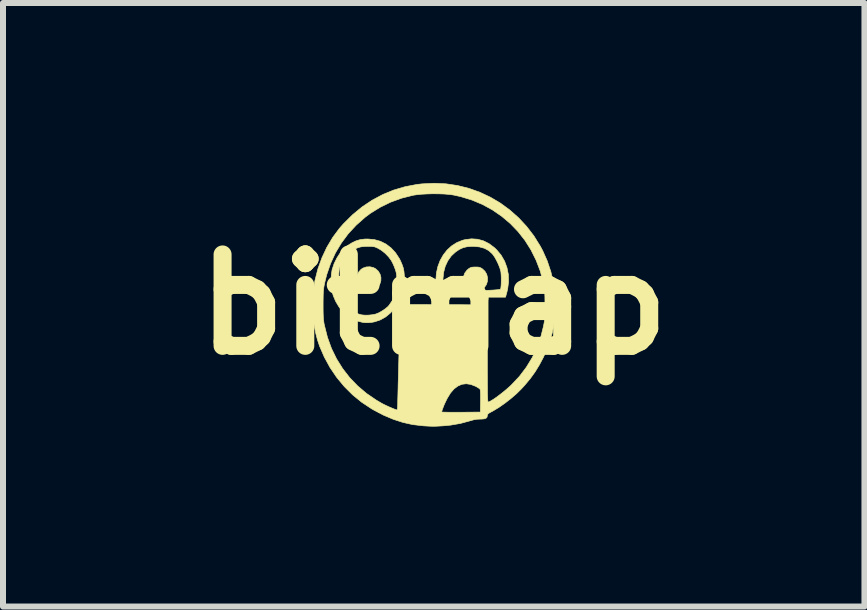
<source format=kicad_pcb>
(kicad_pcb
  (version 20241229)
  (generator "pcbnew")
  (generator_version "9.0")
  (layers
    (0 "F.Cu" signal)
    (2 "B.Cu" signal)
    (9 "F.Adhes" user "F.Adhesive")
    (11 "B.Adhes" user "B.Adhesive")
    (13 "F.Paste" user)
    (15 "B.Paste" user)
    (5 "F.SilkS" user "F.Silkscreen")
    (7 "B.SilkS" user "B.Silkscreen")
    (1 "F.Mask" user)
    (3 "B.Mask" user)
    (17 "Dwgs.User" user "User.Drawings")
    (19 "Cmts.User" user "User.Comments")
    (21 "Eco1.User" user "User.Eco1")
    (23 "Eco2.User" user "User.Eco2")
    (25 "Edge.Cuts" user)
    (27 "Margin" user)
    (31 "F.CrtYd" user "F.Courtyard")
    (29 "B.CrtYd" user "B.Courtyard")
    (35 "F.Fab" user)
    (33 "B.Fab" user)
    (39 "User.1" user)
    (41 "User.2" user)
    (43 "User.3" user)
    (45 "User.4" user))
  (footprint "bitmap"
    (layer "F.Cu")
    (at 4.18 2.026)
    (property "Reference" "bitmap" (at 0 0 0) (layer "F.SilkS") (effects (font (size 1.524 1.524) (thickness 0.3))))
    (attr through_hole)
    (fp_poly (pts (xy -1.006 -0.616) (xy -0.968 -0.596) (xy -0.923 -0.554) (xy -0.894 -0.505) (xy -0.88 -0.452) (xy -0.881 -0.398) (xy -0.896 -0.346) (xy -0.923 -0.3) (xy -0.962 -0.262) (xy -1.011 -0.235) (xy -1.07 -0.224) (xy -1.082 -0.224) (xy -1.145 -0.233) (xy -1.18 -0.247) (xy -1.228 -0.283) (xy -1.261 -0.329) (xy -1.28 -0.382) (xy -1.284 -0.438) (xy -1.274 -0.493) (xy -1.249 -0.544) (xy -1.21 -0.587) (xy -1.179 -0.607) (xy -1.124 -0.626) (xy -1.064 -0.629) (xy -1.006 -0.616)) (stroke (width 0.01) (type solid)) (fill yes) (layer "F.SilkS"))
    (fp_poly (pts (xy 0.732 -1.088) (xy 0.83 -1.061) (xy 0.923 -1.014) (xy 1.011 -0.948) (xy 1.048 -0.913) (xy 1.123 -0.823) (xy 1.181 -0.723) (xy 1.221 -0.615) (xy 1.244 -0.501) (xy 1.248 -0.382) (xy 1.233 -0.261) (xy 1.22 -0.206) (xy 1.197 -0.122) (xy 0.084 -0.122) (xy 0.067 -0.181) (xy 0.043 -0.298) (xy 0.036 -0.414) (xy 0.037 -0.425) (xy 0.154 -0.425) (xy 0.155 -0.356) (xy 0.158 -0.316) (xy 0.16 -0.286) (xy 0.165 -0.265) (xy 0.175 -0.25) (xy 0.193 -0.241) (xy 0.221 -0.236) (xy 0.261 -0.234) (xy 0.317 -0.233) (xy 0.39 -0.234) (xy 0.613 -0.234) (xy 0.572 -0.263) (xy 0.53 -0.305) (xy 0.504 -0.356) (xy 0.493 -0.412) (xy 0.498 -0.469) (xy 0.517 -0.523) (xy 0.553 -0.571) (xy 0.583 -0.597) (xy 0.608 -0.612) (xy 0.632 -0.621) (xy 0.664 -0.624) (xy 0.695 -0.625) (xy 0.737 -0.624) (xy 0.766 -0.619) (xy 0.79 -0.608) (xy 0.808 -0.597) (xy 0.853 -0.555) (xy 0.883 -0.505) (xy 0.897 -0.449) (xy 0.896 -0.391) (xy 0.88 -0.336) (xy 0.848 -0.288) (xy 0.815 -0.258) (xy 0.777 -0.232) (xy 0.94 -0.238) (xy 0.996 -0.241) (xy 1.044 -0.245) (xy 1.083 -0.249) (xy 1.106 -0.253) (xy 1.112 -0.255) (xy 1.118 -0.27) (xy 1.122 -0.301) (xy 1.125 -0.344) (xy 1.126 -0.392) (xy 1.126 -0.443) (xy 1.124 -0.491) (xy 1.121 -0.532) (xy 1.118 -0.552) (xy 1.103 -0.606) (xy 1.079 -0.668) (xy 1.048 -0.732) (xy 1.015 -0.792) (xy 0.981 -0.839) (xy 0.975 -0.846) (xy 0.916 -0.899) (xy 0.846 -0.937) (xy 0.762 -0.96) (xy 0.665 -0.969) (xy 0.64 -0.969) (xy 0.56 -0.964) (xy 0.492 -0.948) (xy 0.428 -0.919) (xy 0.363 -0.875) (xy 0.292 -0.809) (xy 0.235 -0.729) (xy 0.192 -0.637) (xy 0.165 -0.535) (xy 0.154 -0.425) (xy 0.037 -0.425) (xy 0.045 -0.526) (xy 0.069 -0.633) (xy 0.107 -0.734) (xy 0.159 -0.826) (xy 0.222 -0.907) (xy 0.297 -0.976) (xy 0.383 -1.031) (xy 0.478 -1.07) (xy 0.525 -1.082) (xy 0.631 -1.095) (xy 0.732 -1.088)) (stroke (width 0.01) (type solid)) (fill yes) (layer "F.SilkS"))
    (fp_poly (pts (xy -0.99 -1.082) (xy -0.889 -1.054) (xy -0.795 -1.007) (xy -0.711 -0.943) (xy -0.637 -0.863) (xy -0.574 -0.767) (xy -0.558 -0.737) (xy -0.529 -0.671) (xy -0.508 -0.611) (xy -0.496 -0.551) (xy -0.49 -0.483) (xy -0.488 -0.412) (xy -0.492 -0.326) (xy -0.503 -0.25) (xy -0.522 -0.179) (xy -0.552 -0.105) (xy -0.584 -0.041) (xy -0.645 0.055) (xy -0.718 0.138) (xy -0.8 0.206) (xy -0.891 0.257) (xy -0.987 0.289) (xy -1.041 0.299) (xy -1.099 0.303) (xy -1.153 0.302) (xy -1.184 0.298) (xy -1.268 0.277) (xy -1.34 0.248) (xy -1.407 0.21) (xy -1.454 0.177) (xy -1.521 0.114) (xy -1.582 0.036) (xy -1.635 -0.053) (xy -1.675 -0.148) (xy -1.693 -0.21) (xy -1.704 -0.273) (xy -1.71 -0.348) (xy -1.71 -0.4) (xy -1.585 -0.4) (xy -1.584 -0.337) (xy -1.582 -0.28) (xy -1.578 -0.234) (xy -1.574 -0.214) (xy -1.548 -0.136) (xy -1.507 -0.061) (xy -1.454 0.009) (xy -1.393 0.071) (xy -1.326 0.121) (xy -1.257 0.157) (xy -1.201 0.173) (xy -1.147 0.178) (xy -1.083 0.177) (xy -1.02 0.17) (xy -0.966 0.159) (xy -0.959 0.156) (xy -0.91 0.136) (xy -0.858 0.106) (xy -0.808 0.072) (xy -0.766 0.037) (xy -0.745 0.014) (xy -0.69 -0.067) (xy -0.651 -0.15) (xy -0.627 -0.24) (xy -0.616 -0.341) (xy -0.615 -0.391) (xy -0.616 -0.448) (xy -0.619 -0.49) (xy -0.624 -0.526) (xy -0.633 -0.561) (xy -0.644 -0.594) (xy -0.662 -0.641) (xy -0.684 -0.69) (xy -0.705 -0.729) (xy -0.706 -0.732) (xy -0.752 -0.794) (xy -0.81 -0.854) (xy -0.875 -0.905) (xy -0.925 -0.935) (xy -0.956 -0.95) (xy -0.982 -0.96) (xy -1.009 -0.965) (xy -1.042 -0.968) (xy -1.089 -0.969) (xy -1.097 -0.969) (xy -1.164 -0.967) (xy -1.219 -0.96) (xy -1.268 -0.945) (xy -1.319 -0.922) (xy -1.362 -0.897) (xy -1.434 -0.843) (xy -1.494 -0.773) (xy -1.541 -0.69) (xy -1.57 -0.608) (xy -1.576 -0.574) (xy -1.581 -0.524) (xy -1.583 -0.464) (xy -1.585 -0.4) (xy -1.71 -0.4) (xy -1.711 -0.427) (xy -1.706 -0.503) (xy -1.696 -0.569) (xy -1.693 -0.584) (xy -1.66 -0.683) (xy -1.614 -0.776) (xy -1.558 -0.862) (xy -1.494 -0.934) (xy -1.435 -0.983) (xy -1.362 -1.029) (xy -1.295 -1.061) (xy -1.227 -1.081) (xy -1.152 -1.091) (xy -1.097 -1.092) (xy -0.99 -1.082)) (stroke (width 0.01) (type solid)) (fill yes) (layer "F.SilkS"))
    (fp_poly (pts (xy 0.204 -2.012) (xy 0.398 -1.983) (xy 0.587 -1.936) (xy 0.769 -1.871) (xy 0.944 -1.789) (xy 1.11 -1.691) (xy 1.267 -1.576) (xy 1.414 -1.446) (xy 1.548 -1.302) (xy 1.67 -1.143) (xy 1.777 -0.971) (xy 1.817 -0.896) (xy 1.893 -0.725) (xy 1.953 -0.545) (xy 1.996 -0.358) (xy 2.022 -0.167) (xy 2.029 0.023) (xy 2.023 0.151) (xy 2.005 0.316) (xy 1.977 0.469) (xy 1.938 0.613) (xy 1.886 0.753) (xy 1.829 0.879) (xy 1.761 1.007) (xy 1.69 1.123) (xy 1.611 1.233) (xy 1.52 1.342) (xy 1.459 1.409) (xy 1.379 1.488) (xy 1.286 1.568) (xy 1.187 1.645) (xy 1.087 1.715) (xy 0.991 1.773) (xy 0.961 1.789) (xy 0.925 1.809) (xy 0.905 1.824) (xy 0.896 1.837) (xy 0.894 1.85) (xy 0.889 1.877) (xy 0.873 1.895) (xy 0.843 1.906) (xy 0.796 1.91) (xy 0.776 1.91) (xy 0.72 1.913) (xy 0.666 1.922) (xy 0.603 1.94) (xy 0.602 1.94) (xy 0.443 1.983) (xy 0.279 2.011) (xy 0.166 2.022) (xy 0.098 2.026) (xy 0.043 2.029) (xy -0.006 2.03) (xy -0.055 2.029) (xy -0.111 2.026) (xy -0.18 2.022) (xy -0.184 2.021) (xy -0.35 2.002) (xy -0.512 1.966) (xy -0.673 1.914) (xy -0.836 1.845) (xy -0.939 1.791) (xy 0.132 1.791) (xy 0.142 1.793) (xy 0.17 1.794) (xy 0.213 1.795) (xy 0.269 1.796) (xy 0.336 1.796) (xy 0.411 1.796) (xy 0.455 1.796) (xy 0.777 1.793) (xy 0.78 1.613) (xy 0.78 1.552) (xy 0.78 1.499) (xy 0.778 1.455) (xy 0.776 1.426) (xy 0.773 1.414) (xy 0.76 1.401) (xy 0.733 1.383) (xy 0.699 1.364) (xy 0.697 1.363) (xy 0.617 1.332) (xy 0.542 1.321) (xy 0.47 1.33) (xy 0.403 1.359) (xy 0.339 1.407) (xy 0.28 1.475) (xy 0.226 1.563) (xy 0.198 1.62) (xy 0.177 1.665) (xy 0.159 1.71) (xy 0.144 1.75) (xy 0.135 1.779) (xy 0.132 1.791) (xy -0.939 1.791) (xy -1.002 1.758) (xy -1.038 1.737) (xy -1.201 1.629) (xy -1.353 1.505) (xy -1.492 1.366) (xy -1.618 1.214) (xy -1.729 1.05) (xy -1.824 0.876) (xy -1.903 0.694) (xy -1.939 0.587) (xy -1.97 0.466) (xy -1.995 0.332) (xy -2.012 0.191) (xy -2.021 0.05) (xy -2.021 0) (xy -1.844 0) (xy -1.844 0.08) (xy -1.843 0.144) (xy -1.841 0.195) (xy -1.839 0.238) (xy -1.834 0.275) (xy -1.829 0.313) (xy -1.821 0.353) (xy -1.82 0.355) (xy -1.771 0.548) (xy -1.705 0.731) (xy -1.62 0.905) (xy -1.519 1.067) (xy -1.402 1.218) (xy -1.269 1.356) (xy -1.121 1.482) (xy -0.957 1.594) (xy -0.869 1.646) (xy -0.835 1.664) (xy -0.793 1.684) (xy -0.748 1.705) (xy -0.703 1.724) (xy -0.662 1.741) (xy -0.631 1.753) (xy -0.614 1.757) (xy -0.613 1.757) (xy -0.607 1.748) (xy -0.603 1.721) (xy -0.601 1.674) (xy -0.6 1.643) (xy -0.6 1.614) (xy -0.599 1.566) (xy -0.597 1.502) (xy -0.595 1.423) (xy -0.593 1.346) (xy 0.376 1.346) (xy 0.381 1.351) (xy 0.386 1.346) (xy 0.381 1.341) (xy 0.376 1.346) (xy -0.593 1.346) (xy -0.593 1.332) (xy -0.59 1.231) (xy -0.587 1.121) (xy -0.584 1.006) (xy -0.581 0.886) (xy -0.579 0.823) (xy -0.576 0.704) (xy -0.572 0.591) (xy -0.569 0.484) (xy -0.567 0.387) (xy -0.564 0.299) (xy -0.562 0.225) (xy -0.561 0.164) (xy -0.56 0.119) (xy -0.559 0.091) (xy -0.559 0.083) (xy -0.549 0.045) (xy -0.534 0.025) (xy -0.509 -0.000418) (xy 0.178 0.002) (xy 0.313 0.003) (xy 0.429 0.003) (xy 0.528 0.004) (xy 0.611 0.005) (xy 0.679 0.005) (xy 0.734 0.006) (xy 0.777 0.008) (xy 0.811 0.009) (xy 0.836 0.011) (xy 0.853 0.013) (xy 0.865 0.015) (xy 0.872 0.018) (xy 0.877 0.022) (xy 0.88 0.025) (xy 0.882 0.031) (xy 0.885 0.043) (xy 0.887 0.061) (xy 0.888 0.088) (xy 0.89 0.123) (xy 0.891 0.169) (xy 0.892 0.227) (xy 0.893 0.299) (xy 0.893 0.384) (xy 0.894 0.486) (xy 0.894 0.604) (xy 0.894 0.74) (xy 0.894 0.835) (xy 0.894 0.983) (xy 0.894 1.112) (xy 0.895 1.224) (xy 0.895 1.318) (xy 0.896 1.398) (xy 0.896 1.463) (xy 0.897 1.515) (xy 0.899 1.555) (xy 0.9 1.585) (xy 0.902 1.606) (xy 0.904 1.619) (xy 0.906 1.625) (xy 0.908 1.626) (xy 0.929 1.619) (xy 0.962 1.601) (xy 1.005 1.574) (xy 1.055 1.539) (xy 1.109 1.498) (xy 1.165 1.454) (xy 1.22 1.408) (xy 1.271 1.363) (xy 1.294 1.341) (xy 1.427 1.2) (xy 1.543 1.047) (xy 1.643 0.883) (xy 1.725 0.708) (xy 1.789 0.524) (xy 1.826 0.377) (xy 1.835 0.334) (xy 1.842 0.297) (xy 1.847 0.262) (xy 1.85 0.225) (xy 1.852 0.181) (xy 1.853 0.128) (xy 1.854 0.061) (xy 1.854 0.005) (xy 1.854 -0.074) (xy 1.853 -0.136) (xy 1.851 -0.186) (xy 1.849 -0.227) (xy 1.845 -0.264) (xy 1.84 -0.299) (xy 1.833 -0.337) (xy 1.826 -0.366) (xy 1.776 -0.557) (xy 1.707 -0.737) (xy 1.622 -0.908) (xy 1.522 -1.067) (xy 1.406 -1.215) (xy 1.277 -1.349) (xy 1.134 -1.47) (xy 0.98 -1.576) (xy 0.814 -1.667) (xy 0.638 -1.741) (xy 0.452 -1.798) (xy 0.33 -1.825) (xy 0.26 -1.835) (xy 0.175 -1.842) (xy 0.081 -1.845) (xy -0.019 -1.846) (xy -0.117 -1.843) (xy -0.209 -1.838) (xy -0.291 -1.829) (xy -0.344 -1.821) (xy -0.537 -1.772) (xy -0.719 -1.706) (xy -0.891 -1.622) (xy -1.053 -1.522) (xy -1.143 -1.455) (xy -1.291 -1.324) (xy -1.424 -1.181) (xy -1.539 -1.026) (xy -1.638 -0.861) (xy -1.719 -0.685) (xy -1.783 -0.5) (xy -1.816 -0.368) (xy -1.825 -0.324) (xy -1.832 -0.287) (xy -1.836 -0.251) (xy -1.84 -0.212) (xy -1.842 -0.168) (xy -1.843 -0.113) (xy -1.844 -0.044) (xy -1.844 0) (xy -2.021 0) (xy -2.021 -0.085) (xy -2.012 -0.203) (xy -1.98 -0.401) (xy -1.931 -0.593) (xy -1.864 -0.778) (xy -1.782 -0.953) (xy -1.684 -1.118) (xy -1.571 -1.27) (xy -1.504 -1.346) (xy -1.353 -1.496) (xy -1.194 -1.627) (xy -1.026 -1.739) (xy -0.85 -1.833) (xy -0.667 -1.908) (xy -0.476 -1.964) (xy -0.277 -2.002) (xy -0.195 -2.011) (xy 0.006 -2.021) (xy 0.204 -2.012)) (stroke (width 0.01) (type solid)) (fill yes) (layer "F.SilkS")))
  (gr_rect
    (start -3 -3)
    (end 11.36 7.061)
    (stroke (width 0.1) (type default))
    (fill no)
    (layer "Edge.Cuts")))
</source>
